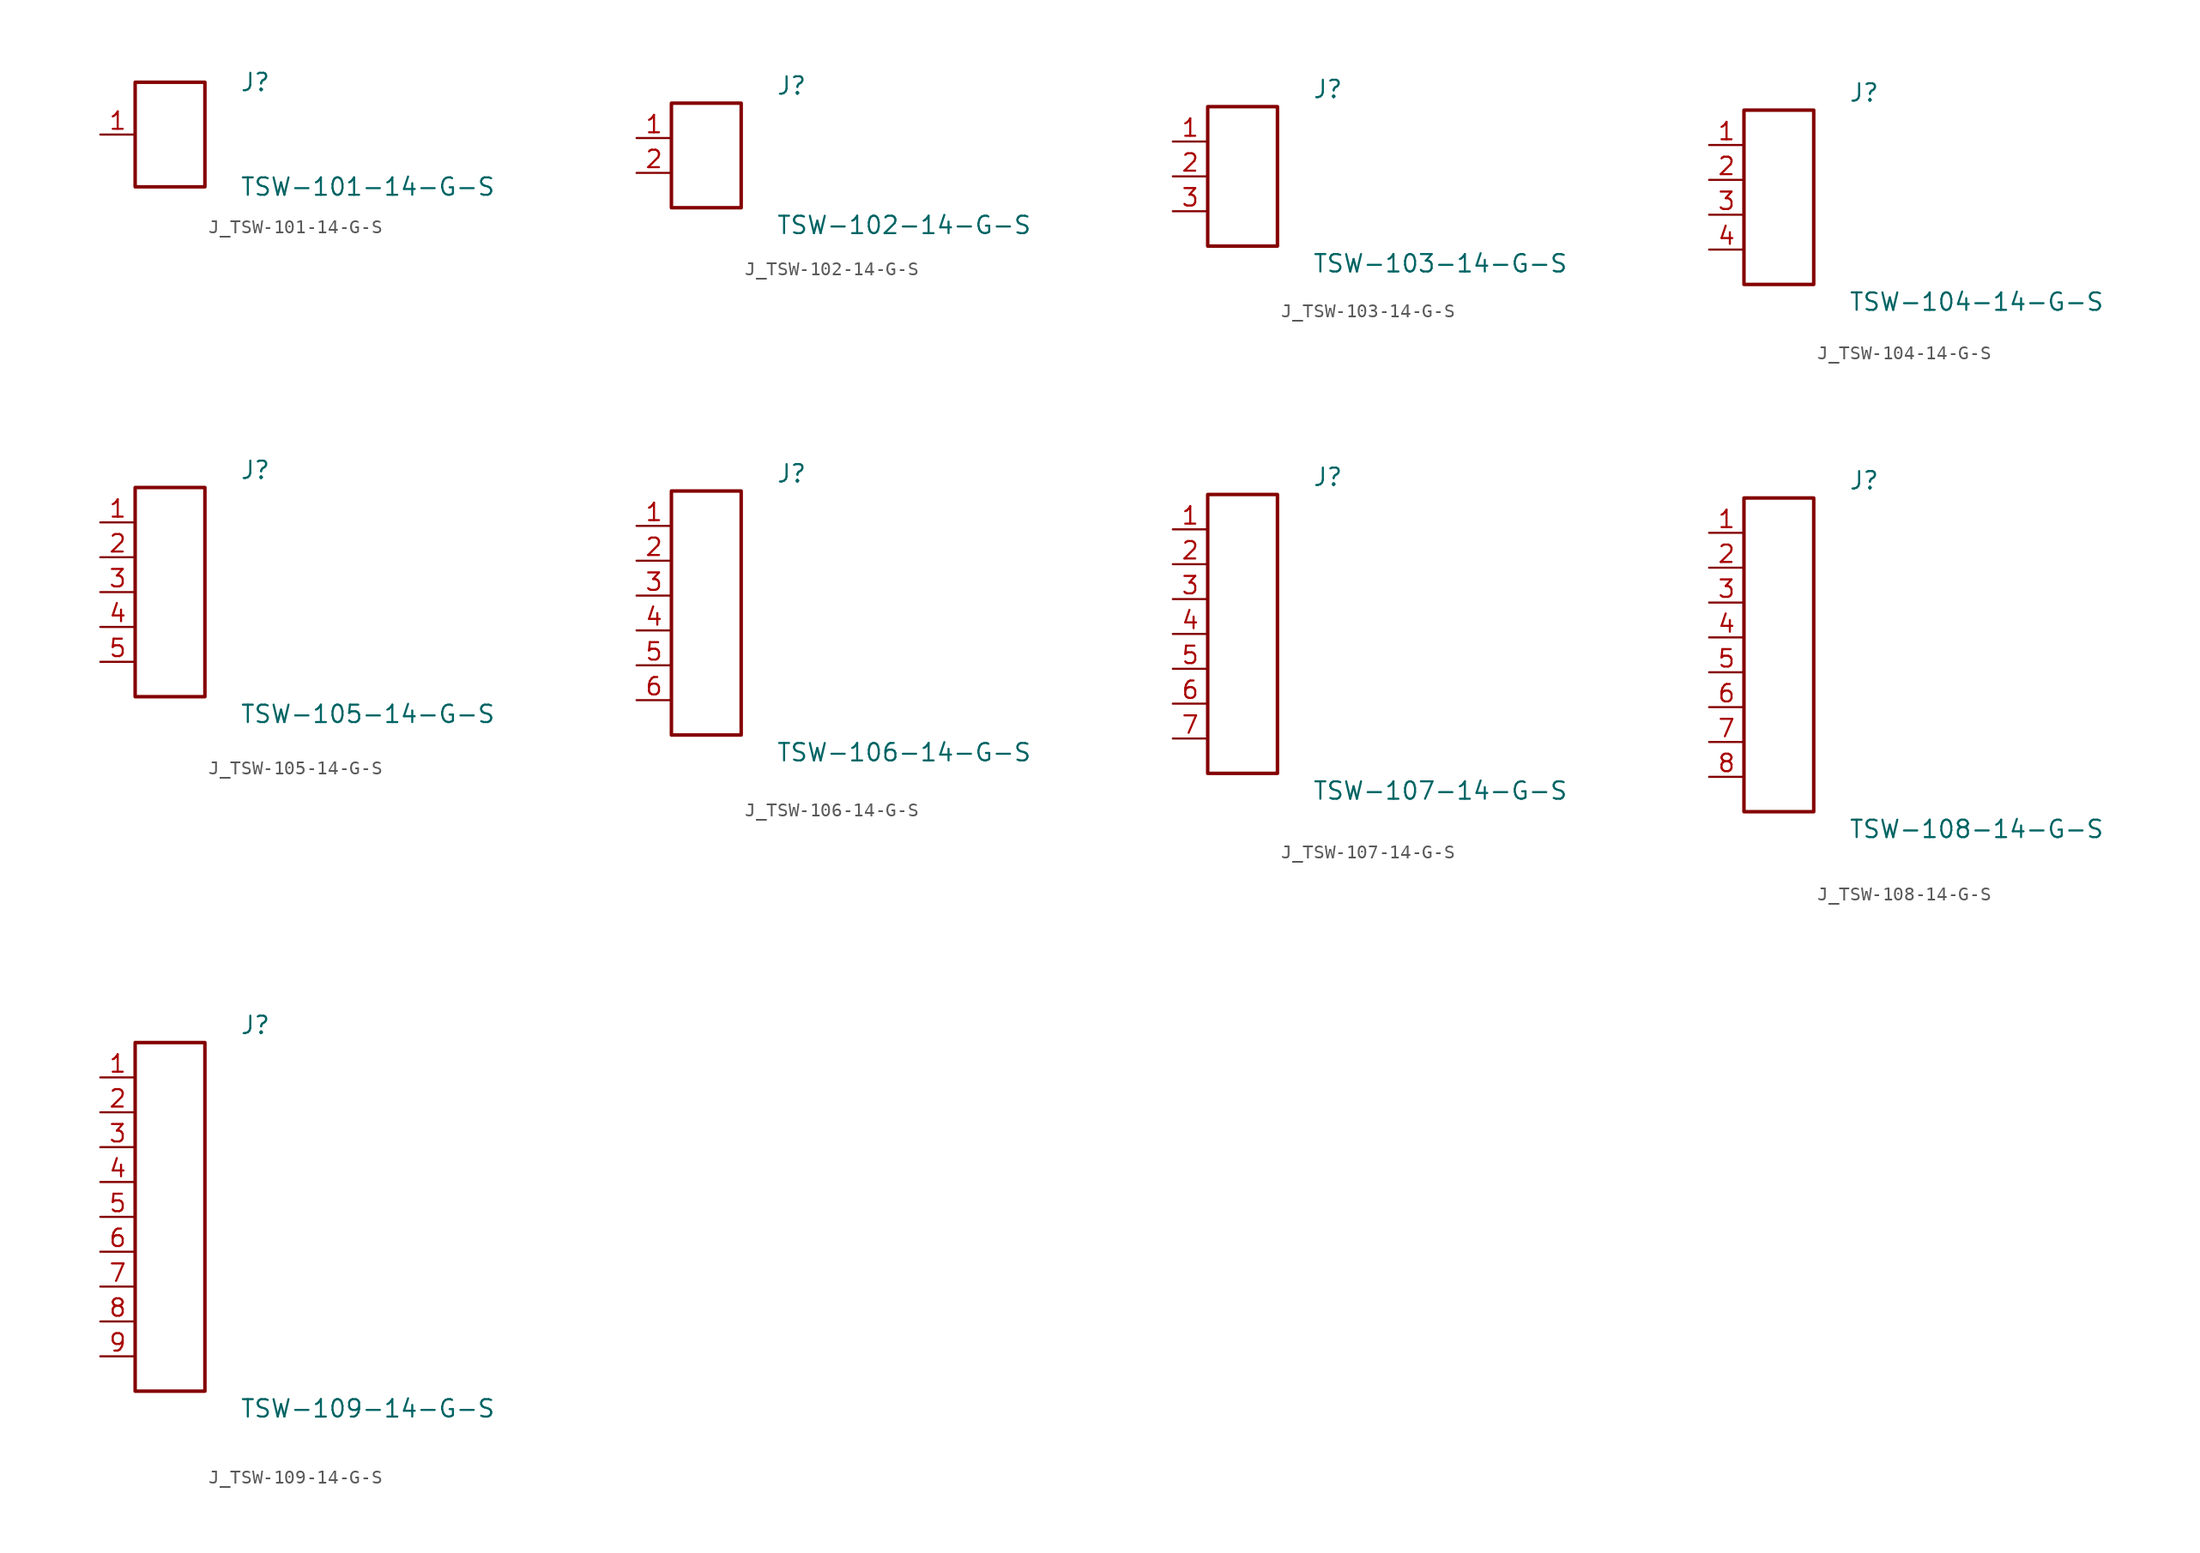
<source format=kicad_sym>
(kicad_symbol_lib
  (version 20231120)
  (generator kicad_symbol_editor)
  (generator_version 8.0)
  (symbol "J_TSW-101-14-G-S"
    (pin_names
      (offset 0.254))
    (property "Reference" "J"
      (at 5.08 3.81 0)
      (effects (font (size 1.27 1.27)) (justify left)))
    (property "Value" "TSW-101-14-G-S"
      (at 5.08 -3.81 0)
      (effects (font (size 1.27 1.27)) (justify left)))
    (symbol "J_TSW-101-14-G-S_0_0"
      (pin passive line (at -5.08 0.0 0) (length 2.54) (name "" (effects (font (size 1.27 1.27)))) (number "1" (effects (font (size 1.27 1.27))))))
    (symbol "J_TSW-101-14-G-S_1_0"
      (rectangle (start -2.54 3.81) (end 2.54 -3.81) (stroke (width 0.254) (type solid)) (fill (type none)))))
  (symbol "J_TSW-102-14-G-S"
    (pin_names
      (offset 0.254))
    (property "Reference" "J"
      (at 5.08 5.08 0)
      (effects (font (size 1.27 1.27)) (justify left)))
    (property "Value" "TSW-102-14-G-S"
      (at 5.08 -5.08 0)
      (effects (font (size 1.27 1.27)) (justify left)))
    (symbol "J_TSW-102-14-G-S_0_0"
      (pin passive line (at -5.08 1.27 0) (length 2.54) (name "" (effects (font (size 1.27 1.27)))) (number "1" (effects (font (size 1.27 1.27)))))
      (pin passive line (at -5.08 -1.27 0) (length 2.54) (name "" (effects (font (size 1.27 1.27)))) (number "2" (effects (font (size 1.27 1.27))))))
    (symbol "J_TSW-102-14-G-S_1_0"
      (rectangle (start -2.54 3.81) (end 2.54 -3.81) (stroke (width 0.254) (type solid)) (fill (type none)))))
  (symbol "J_TSW-103-14-G-S"
    (pin_names
      (offset 0.254))
    (property "Reference" "J"
      (at 5.08 6.35 0)
      (effects (font (size 1.27 1.27)) (justify left)))
    (property "Value" "TSW-103-14-G-S"
      (at 5.08 -6.35 0)
      (effects (font (size 1.27 1.27)) (justify left)))
    (symbol "J_TSW-103-14-G-S_0_0"
      (pin passive line (at -5.08 2.54 0) (length 2.54) (name "" (effects (font (size 1.27 1.27)))) (number "1" (effects (font (size 1.27 1.27)))))
      (pin passive line (at -5.08 0.0 0) (length 2.54) (name "" (effects (font (size 1.27 1.27)))) (number "2" (effects (font (size 1.27 1.27)))))
      (pin passive line (at -5.08 -2.54 0) (length 2.54) (name "" (effects (font (size 1.27 1.27)))) (number "3" (effects (font (size 1.27 1.27))))))
    (symbol "J_TSW-103-14-G-S_1_0"
      (rectangle (start -2.54 5.08) (end 2.54 -5.08) (stroke (width 0.254) (type solid)) (fill (type none)))))
  (symbol "J_TSW-104-14-G-S"
    (pin_names
      (offset 0.254))
    (property "Reference" "J"
      (at 5.08 7.62 0)
      (effects (font (size 1.27 1.27)) (justify left)))
    (property "Value" "TSW-104-14-G-S"
      (at 5.08 -7.62 0)
      (effects (font (size 1.27 1.27)) (justify left)))
    (symbol "J_TSW-104-14-G-S_0_0"
      (pin passive line (at -5.08 3.81 0) (length 2.54) (name "" (effects (font (size 1.27 1.27)))) (number "1" (effects (font (size 1.27 1.27)))))
      (pin passive line (at -5.08 1.27 0) (length 2.54) (name "" (effects (font (size 1.27 1.27)))) (number "2" (effects (font (size 1.27 1.27)))))
      (pin passive line (at -5.08 -1.27 0) (length 2.54) (name "" (effects (font (size 1.27 1.27)))) (number "3" (effects (font (size 1.27 1.27)))))
      (pin passive line (at -5.08 -3.81 0) (length 2.54) (name "" (effects (font (size 1.27 1.27)))) (number "4" (effects (font (size 1.27 1.27))))))
    (symbol "J_TSW-104-14-G-S_1_0"
      (rectangle (start -2.54 6.35) (end 2.54 -6.35) (stroke (width 0.254) (type solid)) (fill (type none)))))
  (symbol "J_TSW-105-14-G-S"
    (pin_names
      (offset 0.254))
    (property "Reference" "J"
      (at 5.08 8.89 0)
      (effects (font (size 1.27 1.27)) (justify left)))
    (property "Value" "TSW-105-14-G-S"
      (at 5.08 -8.89 0)
      (effects (font (size 1.27 1.27)) (justify left)))
    (symbol "J_TSW-105-14-G-S_0_0"
      (pin passive line (at -5.08 5.08 0) (length 2.54) (name "" (effects (font (size 1.27 1.27)))) (number "1" (effects (font (size 1.27 1.27)))))
      (pin passive line (at -5.08 2.54 0) (length 2.54) (name "" (effects (font (size 1.27 1.27)))) (number "2" (effects (font (size 1.27 1.27)))))
      (pin passive line (at -5.08 0.0 0) (length 2.54) (name "" (effects (font (size 1.27 1.27)))) (number "3" (effects (font (size 1.27 1.27)))))
      (pin passive line (at -5.08 -2.54 0) (length 2.54) (name "" (effects (font (size 1.27 1.27)))) (number "4" (effects (font (size 1.27 1.27)))))
      (pin passive line (at -5.08 -5.08 0) (length 2.54) (name "" (effects (font (size 1.27 1.27)))) (number "5" (effects (font (size 1.27 1.27))))))
    (symbol "J_TSW-105-14-G-S_1_0"
      (rectangle (start -2.54 7.62) (end 2.54 -7.62) (stroke (width 0.254) (type solid)) (fill (type none)))))
  (symbol "J_TSW-106-14-G-S"
    (pin_names
      (offset 0.254))
    (property "Reference" "J"
      (at 5.08 10.16 0)
      (effects (font (size 1.27 1.27)) (justify left)))
    (property "Value" "TSW-106-14-G-S"
      (at 5.08 -10.16 0)
      (effects (font (size 1.27 1.27)) (justify left)))
    (symbol "J_TSW-106-14-G-S_0_0"
      (pin passive line (at -5.08 6.35 0) (length 2.54) (name "" (effects (font (size 1.27 1.27)))) (number "1" (effects (font (size 1.27 1.27)))))
      (pin passive line (at -5.08 3.81 0) (length 2.54) (name "" (effects (font (size 1.27 1.27)))) (number "2" (effects (font (size 1.27 1.27)))))
      (pin passive line (at -5.08 1.27 0) (length 2.54) (name "" (effects (font (size 1.27 1.27)))) (number "3" (effects (font (size 1.27 1.27)))))
      (pin passive line (at -5.08 -1.27 0) (length 2.54) (name "" (effects (font (size 1.27 1.27)))) (number "4" (effects (font (size 1.27 1.27)))))
      (pin passive line (at -5.08 -3.81 0) (length 2.54) (name "" (effects (font (size 1.27 1.27)))) (number "5" (effects (font (size 1.27 1.27)))))
      (pin passive line (at -5.08 -6.35 0) (length 2.54) (name "" (effects (font (size 1.27 1.27)))) (number "6" (effects (font (size 1.27 1.27))))))
    (symbol "J_TSW-106-14-G-S_1_0"
      (rectangle (start -2.54 8.89) (end 2.54 -8.89) (stroke (width 0.254) (type solid)) (fill (type none)))))
  (symbol "J_TSW-107-14-G-S"
    (pin_names
      (offset 0.254))
    (property "Reference" "J"
      (at 5.08 11.43 0)
      (effects (font (size 1.27 1.27)) (justify left)))
    (property "Value" "TSW-107-14-G-S"
      (at 5.08 -11.43 0)
      (effects (font (size 1.27 1.27)) (justify left)))
    (symbol "J_TSW-107-14-G-S_0_0"
      (pin passive line (at -5.08 7.62 0) (length 2.54) (name "" (effects (font (size 1.27 1.27)))) (number "1" (effects (font (size 1.27 1.27)))))
      (pin passive line (at -5.08 5.08 0) (length 2.54) (name "" (effects (font (size 1.27 1.27)))) (number "2" (effects (font (size 1.27 1.27)))))
      (pin passive line (at -5.08 2.54 0) (length 2.54) (name "" (effects (font (size 1.27 1.27)))) (number "3" (effects (font (size 1.27 1.27)))))
      (pin passive line (at -5.08 0.0 0) (length 2.54) (name "" (effects (font (size 1.27 1.27)))) (number "4" (effects (font (size 1.27 1.27)))))
      (pin passive line (at -5.08 -2.54 0) (length 2.54) (name "" (effects (font (size 1.27 1.27)))) (number "5" (effects (font (size 1.27 1.27)))))
      (pin passive line (at -5.08 -5.08 0) (length 2.54) (name "" (effects (font (size 1.27 1.27)))) (number "6" (effects (font (size 1.27 1.27)))))
      (pin passive line (at -5.08 -7.62 0) (length 2.54) (name "" (effects (font (size 1.27 1.27)))) (number "7" (effects (font (size 1.27 1.27))))))
    (symbol "J_TSW-107-14-G-S_1_0"
      (rectangle (start -2.54 10.16) (end 2.54 -10.16) (stroke (width 0.254) (type solid)) (fill (type none)))))
  (symbol "J_TSW-108-14-G-S"
    (pin_names
      (offset 0.254))
    (property "Reference" "J"
      (at 5.08 12.7 0)
      (effects (font (size 1.27 1.27)) (justify left)))
    (property "Value" "TSW-108-14-G-S"
      (at 5.08 -12.7 0)
      (effects (font (size 1.27 1.27)) (justify left)))
    (symbol "J_TSW-108-14-G-S_0_0"
      (pin passive line (at -5.08 8.89 0) (length 2.54) (name "" (effects (font (size 1.27 1.27)))) (number "1" (effects (font (size 1.27 1.27)))))
      (pin passive line (at -5.08 6.35 0) (length 2.54) (name "" (effects (font (size 1.27 1.27)))) (number "2" (effects (font (size 1.27 1.27)))))
      (pin passive line (at -5.08 3.81 0) (length 2.54) (name "" (effects (font (size 1.27 1.27)))) (number "3" (effects (font (size 1.27 1.27)))))
      (pin passive line (at -5.08 1.27 0) (length 2.54) (name "" (effects (font (size 1.27 1.27)))) (number "4" (effects (font (size 1.27 1.27)))))
      (pin passive line (at -5.08 -1.27 0) (length 2.54) (name "" (effects (font (size 1.27 1.27)))) (number "5" (effects (font (size 1.27 1.27)))))
      (pin passive line (at -5.08 -3.81 0) (length 2.54) (name "" (effects (font (size 1.27 1.27)))) (number "6" (effects (font (size 1.27 1.27)))))
      (pin passive line (at -5.08 -6.35 0) (length 2.54) (name "" (effects (font (size 1.27 1.27)))) (number "7" (effects (font (size 1.27 1.27)))))
      (pin passive line (at -5.08 -8.89 0) (length 2.54) (name "" (effects (font (size 1.27 1.27)))) (number "8" (effects (font (size 1.27 1.27))))))
    (symbol "J_TSW-108-14-G-S_1_0"
      (rectangle (start -2.54 11.43) (end 2.54 -11.43) (stroke (width 0.254) (type solid)) (fill (type none)))))
  (symbol "J_TSW-109-14-G-S"
    (pin_names
      (offset 0.254))
    (property "Reference" "J"
      (at 5.08 13.97 0)
      (effects (font (size 1.27 1.27)) (justify left)))
    (property "Value" "TSW-109-14-G-S"
      (at 5.08 -13.97 0)
      (effects (font (size 1.27 1.27)) (justify left)))
    (symbol "J_TSW-109-14-G-S_0_0"
      (pin passive line (at -5.08 10.16 0) (length 2.54) (name "" (effects (font (size 1.27 1.27)))) (number "1" (effects (font (size 1.27 1.27)))))
      (pin passive line (at -5.08 7.62 0) (length 2.54) (name "" (effects (font (size 1.27 1.27)))) (number "2" (effects (font (size 1.27 1.27)))))
      (pin passive line (at -5.08 5.08 0) (length 2.54) (name "" (effects (font (size 1.27 1.27)))) (number "3" (effects (font (size 1.27 1.27)))))
      (pin passive line (at -5.08 2.54 0) (length 2.54) (name "" (effects (font (size 1.27 1.27)))) (number "4" (effects (font (size 1.27 1.27)))))
      (pin passive line (at -5.08 0.0 0) (length 2.54) (name "" (effects (font (size 1.27 1.27)))) (number "5" (effects (font (size 1.27 1.27)))))
      (pin passive line (at -5.08 -2.54 0) (length 2.54) (name "" (effects (font (size 1.27 1.27)))) (number "6" (effects (font (size 1.27 1.27)))))
      (pin passive line (at -5.08 -5.08 0) (length 2.54) (name "" (effects (font (size 1.27 1.27)))) (number "7" (effects (font (size 1.27 1.27)))))
      (pin passive line (at -5.08 -7.62 0) (length 2.54) (name "" (effects (font (size 1.27 1.27)))) (number "8" (effects (font (size 1.27 1.27)))))
      (pin passive line (at -5.08 -10.16 0) (length 2.54) (name "" (effects (font (size 1.27 1.27)))) (number "9" (effects (font (size 1.27 1.27))))))
    (symbol "J_TSW-109-14-G-S_1_0"
      (rectangle (start -2.54 12.7) (end 2.54 -12.7) (stroke (width 0.254) (type solid)) (fill (type none))))))
</source>
